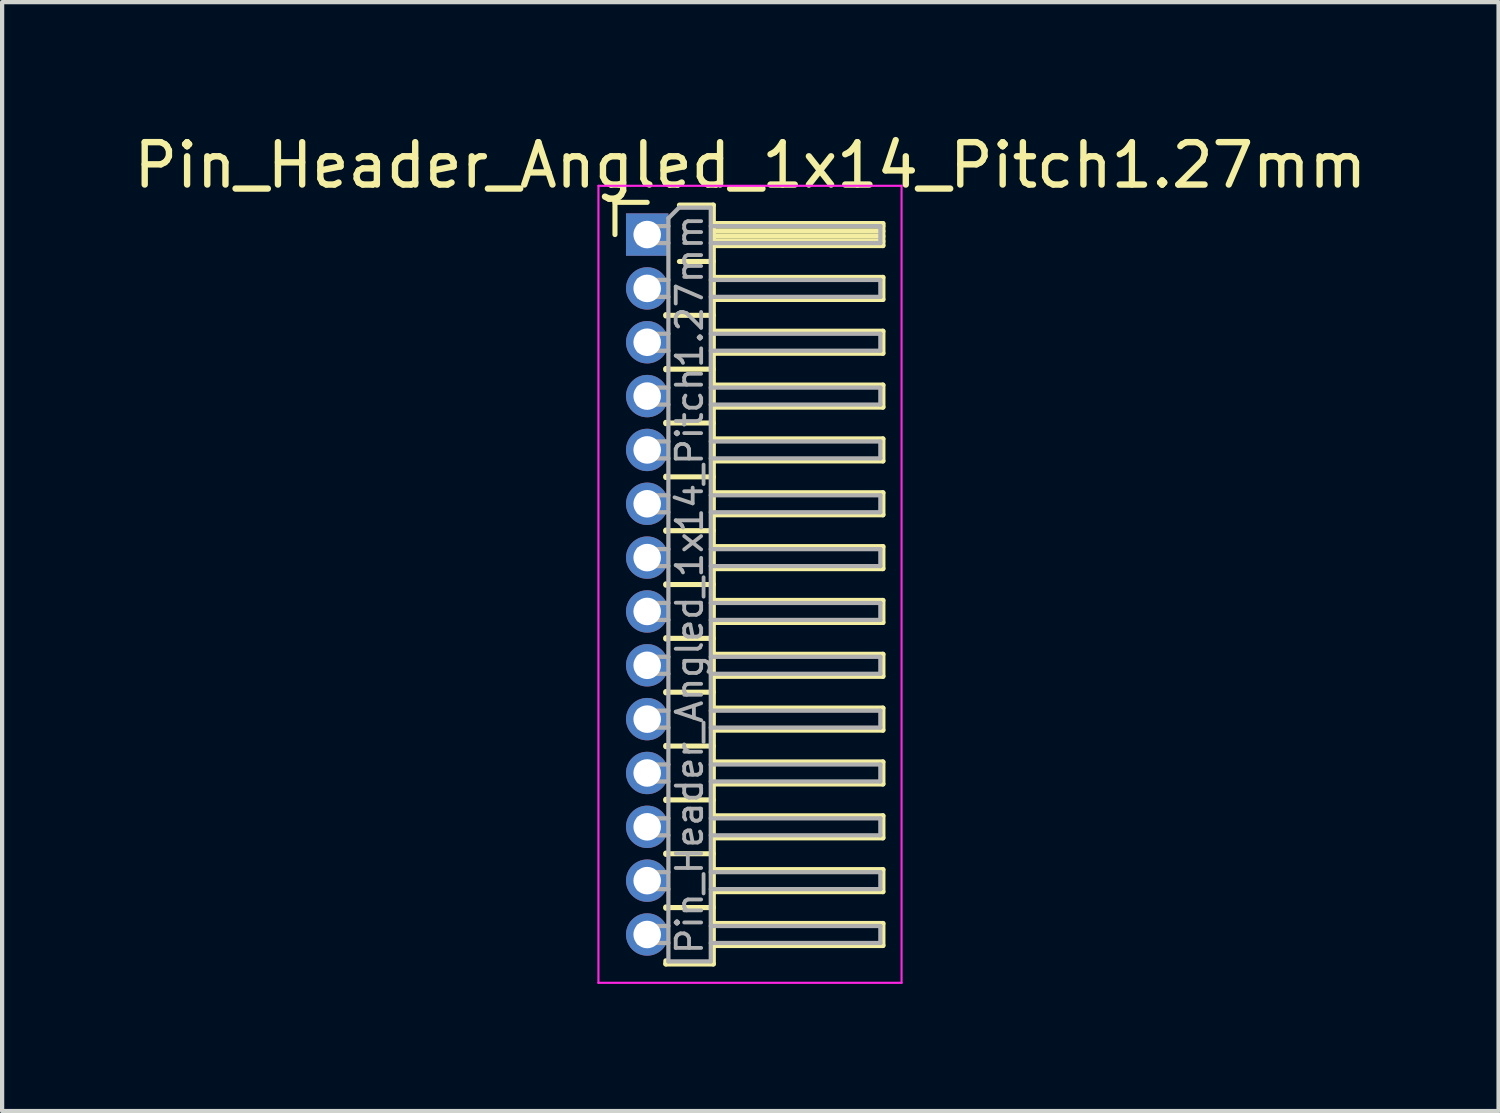
<source format=kicad_pcb>
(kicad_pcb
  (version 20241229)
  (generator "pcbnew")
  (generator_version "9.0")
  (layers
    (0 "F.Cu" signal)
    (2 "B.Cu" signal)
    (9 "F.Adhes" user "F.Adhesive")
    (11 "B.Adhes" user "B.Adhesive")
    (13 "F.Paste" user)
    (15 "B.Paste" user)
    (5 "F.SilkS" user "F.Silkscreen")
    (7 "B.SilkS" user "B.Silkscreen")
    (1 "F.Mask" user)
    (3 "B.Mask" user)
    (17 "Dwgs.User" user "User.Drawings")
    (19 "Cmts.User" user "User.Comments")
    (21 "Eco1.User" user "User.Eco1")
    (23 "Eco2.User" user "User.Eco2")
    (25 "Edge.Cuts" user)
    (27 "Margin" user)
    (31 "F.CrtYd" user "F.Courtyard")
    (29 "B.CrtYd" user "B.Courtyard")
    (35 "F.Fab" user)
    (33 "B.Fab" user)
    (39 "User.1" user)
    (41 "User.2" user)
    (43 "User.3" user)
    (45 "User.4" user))
  (footprint "Pin_Header_Angled_1x14_Pitch1.27mm"
    (layer "F.Cu")
    (at 12.216 2.483)
    (property "Reference" "Pin_Header_Angled_1x14_Pitch1.27mm" (at 2.433 -1.635 0) (layer "F.SilkS") (effects (font (size 1 1) (thickness 0.15))))
    (attr through_hole)
    (fp_line (start -0.76 -0.76) (end 0 -0.76) (stroke (width 0.12) (type solid)) (layer "F.SilkS"))
    (fp_line (start -0.76 0) (end -0.76 -0.76) (stroke (width 0.12) (type solid)) (layer "F.SilkS"))
    (fp_line (start 0.44 1.89) (end 0.44 1.92) (stroke (width 0.12) (type solid)) (layer "F.SilkS"))
    (fp_line (start 0.44 1.905) (end 1.56 1.905) (stroke (width 0.12) (type solid)) (layer "F.SilkS"))
    (fp_line (start 0.44 3.16) (end 0.44 3.19) (stroke (width 0.12) (type solid)) (layer "F.SilkS"))
    (fp_line (start 0.44 3.175) (end 1.56 3.175) (stroke (width 0.12) (type solid)) (layer "F.SilkS"))
    (fp_line (start 0.44 4.43) (end 0.44 4.46) (stroke (width 0.12) (type solid)) (layer "F.SilkS"))
    (fp_line (start 0.44 4.445) (end 1.56 4.445) (stroke (width 0.12) (type solid)) (layer "F.SilkS"))
    (fp_line (start 0.44 5.7) (end 0.44 5.73) (stroke (width 0.12) (type solid)) (layer "F.SilkS"))
    (fp_line (start 0.44 5.715) (end 1.56 5.715) (stroke (width 0.12) (type solid)) (layer "F.SilkS"))
    (fp_line (start 0.44 6.97) (end 0.44 7) (stroke (width 0.12) (type solid)) (layer "F.SilkS"))
    (fp_line (start 0.44 6.985) (end 1.56 6.985) (stroke (width 0.12) (type solid)) (layer "F.SilkS"))
    (fp_line (start 0.44 8.24) (end 0.44 8.27) (stroke (width 0.12) (type solid)) (layer "F.SilkS"))
    (fp_line (start 0.44 8.255) (end 1.56 8.255) (stroke (width 0.12) (type solid)) (layer "F.SilkS"))
    (fp_line (start 0.44 9.51) (end 0.44 9.54) (stroke (width 0.12) (type solid)) (layer "F.SilkS"))
    (fp_line (start 0.44 9.525) (end 1.56 9.525) (stroke (width 0.12) (type solid)) (layer "F.SilkS"))
    (fp_line (start 0.44 10.78) (end 0.44 10.81) (stroke (width 0.12) (type solid)) (layer "F.SilkS"))
    (fp_line (start 0.44 10.795) (end 1.56 10.795) (stroke (width 0.12) (type solid)) (layer "F.SilkS"))
    (fp_line (start 0.44 12.05) (end 0.44 12.08) (stroke (width 0.12) (type solid)) (layer "F.SilkS"))
    (fp_line (start 0.44 12.065) (end 1.56 12.065) (stroke (width 0.12) (type solid)) (layer "F.SilkS"))
    (fp_line (start 0.44 13.32) (end 0.44 13.35) (stroke (width 0.12) (type solid)) (layer "F.SilkS"))
    (fp_line (start 0.44 13.335) (end 1.56 13.335) (stroke (width 0.12) (type solid)) (layer "F.SilkS"))
    (fp_line (start 0.44 14.59) (end 0.44 14.62) (stroke (width 0.12) (type solid)) (layer "F.SilkS"))
    (fp_line (start 0.44 14.605) (end 1.56 14.605) (stroke (width 0.12) (type solid)) (layer "F.SilkS"))
    (fp_line (start 0.44 15.86) (end 0.44 15.89) (stroke (width 0.12) (type solid)) (layer "F.SilkS"))
    (fp_line (start 0.44 15.875) (end 1.56 15.875) (stroke (width 0.12) (type solid)) (layer "F.SilkS"))
    (fp_line (start 0.44 17.205) (end 0.44 17.13) (stroke (width 0.12) (type solid)) (layer "F.SilkS"))
    (fp_line (start 0.76 -0.695) (end 1.56 -0.695) (stroke (width 0.12) (type solid)) (layer "F.SilkS"))
    (fp_line (start 0.76 0.635) (end 1.56 0.635) (stroke (width 0.12) (type solid)) (layer "F.SilkS"))
    (fp_line (start 1.56 -0.695) (end 1.56 17.205) (stroke (width 0.12) (type solid)) (layer "F.SilkS"))
    (fp_line (start 1.56 -0.26) (end 5.56 -0.26) (stroke (width 0.12) (type solid)) (layer "F.SilkS"))
    (fp_line (start 1.56 -0.2) (end 5.56 -0.2) (stroke (width 0.12) (type solid)) (layer "F.SilkS"))
    (fp_line (start 1.56 -0.08) (end 5.56 -0.08) (stroke (width 0.12) (type solid)) (layer "F.SilkS"))
    (fp_line (start 1.56 0.04) (end 5.56 0.04) (stroke (width 0.12) (type solid)) (layer "F.SilkS"))
    (fp_line (start 1.56 0.16) (end 5.56 0.16) (stroke (width 0.12) (type solid)) (layer "F.SilkS"))
    (fp_line (start 1.56 1.01) (end 5.56 1.01) (stroke (width 0.12) (type solid)) (layer "F.SilkS"))
    (fp_line (start 1.56 2.28) (end 5.56 2.28) (stroke (width 0.12) (type solid)) (layer "F.SilkS"))
    (fp_line (start 1.56 3.55) (end 5.56 3.55) (stroke (width 0.12) (type solid)) (layer "F.SilkS"))
    (fp_line (start 1.56 4.82) (end 5.56 4.82) (stroke (width 0.12) (type solid)) (layer "F.SilkS"))
    (fp_line (start 1.56 6.09) (end 5.56 6.09) (stroke (width 0.12) (type solid)) (layer "F.SilkS"))
    (fp_line (start 1.56 7.36) (end 5.56 7.36) (stroke (width 0.12) (type solid)) (layer "F.SilkS"))
    (fp_line (start 1.56 8.63) (end 5.56 8.63) (stroke (width 0.12) (type solid)) (layer "F.SilkS"))
    (fp_line (start 1.56 9.9) (end 5.56 9.9) (stroke (width 0.12) (type solid)) (layer "F.SilkS"))
    (fp_line (start 1.56 11.17) (end 5.56 11.17) (stroke (width 0.12) (type solid)) (layer "F.SilkS"))
    (fp_line (start 1.56 12.44) (end 5.56 12.44) (stroke (width 0.12) (type solid)) (layer "F.SilkS"))
    (fp_line (start 1.56 13.71) (end 5.56 13.71) (stroke (width 0.12) (type solid)) (layer "F.SilkS"))
    (fp_line (start 1.56 14.98) (end 5.56 14.98) (stroke (width 0.12) (type solid)) (layer "F.SilkS"))
    (fp_line (start 1.56 16.25) (end 5.56 16.25) (stroke (width 0.12) (type solid)) (layer "F.SilkS"))
    (fp_line (start 1.56 17.205) (end 0.44 17.205) (stroke (width 0.12) (type solid)) (layer "F.SilkS"))
    (fp_line (start 5.56 -0.26) (end 5.56 0.26) (stroke (width 0.12) (type solid)) (layer "F.SilkS"))
    (fp_line (start 5.56 0.26) (end 1.56 0.26) (stroke (width 0.12) (type solid)) (layer "F.SilkS"))
    (fp_line (start 5.56 1.01) (end 5.56 1.53) (stroke (width 0.12) (type solid)) (layer "F.SilkS"))
    (fp_line (start 5.56 1.53) (end 1.56 1.53) (stroke (width 0.12) (type solid)) (layer "F.SilkS"))
    (fp_line (start 5.56 2.28) (end 5.56 2.8) (stroke (width 0.12) (type solid)) (layer "F.SilkS"))
    (fp_line (start 5.56 2.8) (end 1.56 2.8) (stroke (width 0.12) (type solid)) (layer "F.SilkS"))
    (fp_line (start 5.56 3.55) (end 5.56 4.07) (stroke (width 0.12) (type solid)) (layer "F.SilkS"))
    (fp_line (start 5.56 4.07) (end 1.56 4.07) (stroke (width 0.12) (type solid)) (layer "F.SilkS"))
    (fp_line (start 5.56 4.82) (end 5.56 5.34) (stroke (width 0.12) (type solid)) (layer "F.SilkS"))
    (fp_line (start 5.56 5.34) (end 1.56 5.34) (stroke (width 0.12) (type solid)) (layer "F.SilkS"))
    (fp_line (start 5.56 6.09) (end 5.56 6.61) (stroke (width 0.12) (type solid)) (layer "F.SilkS"))
    (fp_line (start 5.56 6.61) (end 1.56 6.61) (stroke (width 0.12) (type solid)) (layer "F.SilkS"))
    (fp_line (start 5.56 7.36) (end 5.56 7.88) (stroke (width 0.12) (type solid)) (layer "F.SilkS"))
    (fp_line (start 5.56 7.88) (end 1.56 7.88) (stroke (width 0.12) (type solid)) (layer "F.SilkS"))
    (fp_line (start 5.56 8.63) (end 5.56 9.15) (stroke (width 0.12) (type solid)) (layer "F.SilkS"))
    (fp_line (start 5.56 9.15) (end 1.56 9.15) (stroke (width 0.12) (type solid)) (layer "F.SilkS"))
    (fp_line (start 5.56 9.9) (end 5.56 10.42) (stroke (width 0.12) (type solid)) (layer "F.SilkS"))
    (fp_line (start 5.56 10.42) (end 1.56 10.42) (stroke (width 0.12) (type solid)) (layer "F.SilkS"))
    (fp_line (start 5.56 11.17) (end 5.56 11.69) (stroke (width 0.12) (type solid)) (layer "F.SilkS"))
    (fp_line (start 5.56 11.69) (end 1.56 11.69) (stroke (width 0.12) (type solid)) (layer "F.SilkS"))
    (fp_line (start 5.56 12.44) (end 5.56 12.96) (stroke (width 0.12) (type solid)) (layer "F.SilkS"))
    (fp_line (start 5.56 12.96) (end 1.56 12.96) (stroke (width 0.12) (type solid)) (layer "F.SilkS"))
    (fp_line (start 5.56 13.71) (end 5.56 14.23) (stroke (width 0.12) (type solid)) (layer "F.SilkS"))
    (fp_line (start 5.56 14.23) (end 1.56 14.23) (stroke (width 0.12) (type solid)) (layer "F.SilkS"))
    (fp_line (start 5.56 14.98) (end 5.56 15.5) (stroke (width 0.12) (type solid)) (layer "F.SilkS"))
    (fp_line (start 5.56 15.5) (end 1.56 15.5) (stroke (width 0.12) (type solid)) (layer "F.SilkS"))
    (fp_line (start 5.56 16.25) (end 5.56 16.77) (stroke (width 0.12) (type solid)) (layer "F.SilkS"))
    (fp_line (start 5.56 16.77) (end 1.56 16.77) (stroke (width 0.12) (type solid)) (layer "F.SilkS"))
    (fp_line (start -1.15 -1.15) (end -1.15 17.65) (stroke (width 0.05) (type solid)) (layer "F.CrtYd"))
    (fp_line (start -1.15 17.65) (end 6 17.65) (stroke (width 0.05) (type solid)) (layer "F.CrtYd"))
    (fp_line (start 6 -1.15) (end -1.15 -1.15) (stroke (width 0.05) (type solid)) (layer "F.CrtYd"))
    (fp_line (start 6 17.65) (end 6 -1.15) (stroke (width 0.05) (type solid)) (layer "F.CrtYd"))
    (fp_line (start -0.2 -0.2) (end -0.2 0.2) (stroke (width 0.1) (type solid)) (layer "F.Fab"))
    (fp_line (start -0.2 -0.2) (end 0.5 -0.2) (stroke (width 0.1) (type solid)) (layer "F.Fab"))
    (fp_line (start -0.2 0.2) (end 0.5 0.2) (stroke (width 0.1) (type solid)) (layer "F.Fab"))
    (fp_line (start -0.2 1.07) (end -0.2 1.47) (stroke (width 0.1) (type solid)) (layer "F.Fab"))
    (fp_line (start -0.2 1.07) (end 0.5 1.07) (stroke (width 0.1) (type solid)) (layer "F.Fab"))
    (fp_line (start -0.2 1.47) (end 0.5 1.47) (stroke (width 0.1) (type solid)) (layer "F.Fab"))
    (fp_line (start -0.2 2.34) (end -0.2 2.74) (stroke (width 0.1) (type solid)) (layer "F.Fab"))
    (fp_line (start -0.2 2.34) (end 0.5 2.34) (stroke (width 0.1) (type solid)) (layer "F.Fab"))
    (fp_line (start -0.2 2.74) (end 0.5 2.74) (stroke (width 0.1) (type solid)) (layer "F.Fab"))
    (fp_line (start -0.2 3.61) (end -0.2 4.01) (stroke (width 0.1) (type solid)) (layer "F.Fab"))
    (fp_line (start -0.2 3.61) (end 0.5 3.61) (stroke (width 0.1) (type solid)) (layer "F.Fab"))
    (fp_line (start -0.2 4.01) (end 0.5 4.01) (stroke (width 0.1) (type solid)) (layer "F.Fab"))
    (fp_line (start -0.2 4.88) (end -0.2 5.28) (stroke (width 0.1) (type solid)) (layer "F.Fab"))
    (fp_line (start -0.2 4.88) (end 0.5 4.88) (stroke (width 0.1) (type solid)) (layer "F.Fab"))
    (fp_line (start -0.2 5.28) (end 0.5 5.28) (stroke (width 0.1) (type solid)) (layer "F.Fab"))
    (fp_line (start -0.2 6.15) (end -0.2 6.55) (stroke (width 0.1) (type solid)) (layer "F.Fab"))
    (fp_line (start -0.2 6.15) (end 0.5 6.15) (stroke (width 0.1) (type solid)) (layer "F.Fab"))
    (fp_line (start -0.2 6.55) (end 0.5 6.55) (stroke (width 0.1) (type solid)) (layer "F.Fab"))
    (fp_line (start -0.2 7.42) (end -0.2 7.82) (stroke (width 0.1) (type solid)) (layer "F.Fab"))
    (fp_line (start -0.2 7.42) (end 0.5 7.42) (stroke (width 0.1) (type solid)) (layer "F.Fab"))
    (fp_line (start -0.2 7.82) (end 0.5 7.82) (stroke (width 0.1) (type solid)) (layer "F.Fab"))
    (fp_line (start -0.2 8.69) (end -0.2 9.09) (stroke (width 0.1) (type solid)) (layer "F.Fab"))
    (fp_line (start -0.2 8.69) (end 0.5 8.69) (stroke (width 0.1) (type solid)) (layer "F.Fab"))
    (fp_line (start -0.2 9.09) (end 0.5 9.09) (stroke (width 0.1) (type solid)) (layer "F.Fab"))
    (fp_line (start -0.2 9.96) (end -0.2 10.36) (stroke (width 0.1) (type solid)) (layer "F.Fab"))
    (fp_line (start -0.2 9.96) (end 0.5 9.96) (stroke (width 0.1) (type solid)) (layer "F.Fab"))
    (fp_line (start -0.2 10.36) (end 0.5 10.36) (stroke (width 0.1) (type solid)) (layer "F.Fab"))
    (fp_line (start -0.2 11.23) (end -0.2 11.63) (stroke (width 0.1) (type solid)) (layer "F.Fab"))
    (fp_line (start -0.2 11.23) (end 0.5 11.23) (stroke (width 0.1) (type solid)) (layer "F.Fab"))
    (fp_line (start -0.2 11.63) (end 0.5 11.63) (stroke (width 0.1) (type solid)) (layer "F.Fab"))
    (fp_line (start -0.2 12.5) (end -0.2 12.9) (stroke (width 0.1) (type solid)) (layer "F.Fab"))
    (fp_line (start -0.2 12.5) (end 0.5 12.5) (stroke (width 0.1) (type solid)) (layer "F.Fab"))
    (fp_line (start -0.2 12.9) (end 0.5 12.9) (stroke (width 0.1) (type solid)) (layer "F.Fab"))
    (fp_line (start -0.2 13.77) (end -0.2 14.17) (stroke (width 0.1) (type solid)) (layer "F.Fab"))
    (fp_line (start -0.2 13.77) (end 0.5 13.77) (stroke (width 0.1) (type solid)) (layer "F.Fab"))
    (fp_line (start -0.2 14.17) (end 0.5 14.17) (stroke (width 0.1) (type solid)) (layer "F.Fab"))
    (fp_line (start -0.2 15.04) (end -0.2 15.44) (stroke (width 0.1) (type solid)) (layer "F.Fab"))
    (fp_line (start -0.2 15.04) (end 0.5 15.04) (stroke (width 0.1) (type solid)) (layer "F.Fab"))
    (fp_line (start -0.2 15.44) (end 0.5 15.44) (stroke (width 0.1) (type solid)) (layer "F.Fab"))
    (fp_line (start -0.2 16.31) (end -0.2 16.71) (stroke (width 0.1) (type solid)) (layer "F.Fab"))
    (fp_line (start -0.2 16.31) (end 0.5 16.31) (stroke (width 0.1) (type solid)) (layer "F.Fab"))
    (fp_line (start -0.2 16.71) (end 0.5 16.71) (stroke (width 0.1) (type solid)) (layer "F.Fab"))
    (fp_line (start 0.5 -0.385) (end 0.75 -0.635) (stroke (width 0.1) (type solid)) (layer "F.Fab"))
    (fp_line (start 0.5 17.145) (end 0.5 -0.385) (stroke (width 0.1) (type solid)) (layer "F.Fab"))
    (fp_line (start 0.75 -0.635) (end 1.5 -0.635) (stroke (width 0.1) (type solid)) (layer "F.Fab"))
    (fp_line (start 1.5 -0.635) (end 1.5 17.145) (stroke (width 0.1) (type solid)) (layer "F.Fab"))
    (fp_line (start 1.5 -0.2) (end 5.5 -0.2) (stroke (width 0.1) (type solid)) (layer "F.Fab"))
    (fp_line (start 1.5 0.2) (end 5.5 0.2) (stroke (width 0.1) (type solid)) (layer "F.Fab"))
    (fp_line (start 1.5 1.07) (end 5.5 1.07) (stroke (width 0.1) (type solid)) (layer "F.Fab"))
    (fp_line (start 1.5 1.47) (end 5.5 1.47) (stroke (width 0.1) (type solid)) (layer "F.Fab"))
    (fp_line (start 1.5 2.34) (end 5.5 2.34) (stroke (width 0.1) (type solid)) (layer "F.Fab"))
    (fp_line (start 1.5 2.74) (end 5.5 2.74) (stroke (width 0.1) (type solid)) (layer "F.Fab"))
    (fp_line (start 1.5 3.61) (end 5.5 3.61) (stroke (width 0.1) (type solid)) (layer "F.Fab"))
    (fp_line (start 1.5 4.01) (end 5.5 4.01) (stroke (width 0.1) (type solid)) (layer "F.Fab"))
    (fp_line (start 1.5 4.88) (end 5.5 4.88) (stroke (width 0.1) (type solid)) (layer "F.Fab"))
    (fp_line (start 1.5 5.28) (end 5.5 5.28) (stroke (width 0.1) (type solid)) (layer "F.Fab"))
    (fp_line (start 1.5 6.15) (end 5.5 6.15) (stroke (width 0.1) (type solid)) (layer "F.Fab"))
    (fp_line (start 1.5 6.55) (end 5.5 6.55) (stroke (width 0.1) (type solid)) (layer "F.Fab"))
    (fp_line (start 1.5 7.42) (end 5.5 7.42) (stroke (width 0.1) (type solid)) (layer "F.Fab"))
    (fp_line (start 1.5 7.82) (end 5.5 7.82) (stroke (width 0.1) (type solid)) (layer "F.Fab"))
    (fp_line (start 1.5 8.69) (end 5.5 8.69) (stroke (width 0.1) (type solid)) (layer "F.Fab"))
    (fp_line (start 1.5 9.09) (end 5.5 9.09) (stroke (width 0.1) (type solid)) (layer "F.Fab"))
    (fp_line (start 1.5 9.96) (end 5.5 9.96) (stroke (width 0.1) (type solid)) (layer "F.Fab"))
    (fp_line (start 1.5 10.36) (end 5.5 10.36) (stroke (width 0.1) (type solid)) (layer "F.Fab"))
    (fp_line (start 1.5 11.23) (end 5.5 11.23) (stroke (width 0.1) (type solid)) (layer "F.Fab"))
    (fp_line (start 1.5 11.63) (end 5.5 11.63) (stroke (width 0.1) (type solid)) (layer "F.Fab"))
    (fp_line (start 1.5 12.5) (end 5.5 12.5) (stroke (width 0.1) (type solid)) (layer "F.Fab"))
    (fp_line (start 1.5 12.9) (end 5.5 12.9) (stroke (width 0.1) (type solid)) (layer "F.Fab"))
    (fp_line (start 1.5 13.77) (end 5.5 13.77) (stroke (width 0.1) (type solid)) (layer "F.Fab"))
    (fp_line (start 1.5 14.17) (end 5.5 14.17) (stroke (width 0.1) (type solid)) (layer "F.Fab"))
    (fp_line (start 1.5 15.04) (end 5.5 15.04) (stroke (width 0.1) (type solid)) (layer "F.Fab"))
    (fp_line (start 1.5 15.44) (end 5.5 15.44) (stroke (width 0.1) (type solid)) (layer "F.Fab"))
    (fp_line (start 1.5 16.31) (end 5.5 16.31) (stroke (width 0.1) (type solid)) (layer "F.Fab"))
    (fp_line (start 1.5 16.71) (end 5.5 16.71) (stroke (width 0.1) (type solid)) (layer "F.Fab"))
    (fp_line (start 1.5 17.145) (end 0.5 17.145) (stroke (width 0.1) (type solid)) (layer "F.Fab"))
    (fp_line (start 5.5 -0.2) (end 5.5 0.2) (stroke (width 0.1) (type solid)) (layer "F.Fab"))
    (fp_line (start 5.5 1.07) (end 5.5 1.47) (stroke (width 0.1) (type solid)) (layer "F.Fab"))
    (fp_line (start 5.5 2.34) (end 5.5 2.74) (stroke (width 0.1) (type solid)) (layer "F.Fab"))
    (fp_line (start 5.5 3.61) (end 5.5 4.01) (stroke (width 0.1) (type solid)) (layer "F.Fab"))
    (fp_line (start 5.5 4.88) (end 5.5 5.28) (stroke (width 0.1) (type solid)) (layer "F.Fab"))
    (fp_line (start 5.5 6.15) (end 5.5 6.55) (stroke (width 0.1) (type solid)) (layer "F.Fab"))
    (fp_line (start 5.5 7.42) (end 5.5 7.82) (stroke (width 0.1) (type solid)) (layer "F.Fab"))
    (fp_line (start 5.5 8.69) (end 5.5 9.09) (stroke (width 0.1) (type solid)) (layer "F.Fab"))
    (fp_line (start 5.5 9.96) (end 5.5 10.36) (stroke (width 0.1) (type solid)) (layer "F.Fab"))
    (fp_line (start 5.5 11.23) (end 5.5 11.63) (stroke (width 0.1) (type solid)) (layer "F.Fab"))
    (fp_line (start 5.5 12.5) (end 5.5 12.9) (stroke (width 0.1) (type solid)) (layer "F.Fab"))
    (fp_line (start 5.5 13.77) (end 5.5 14.17) (stroke (width 0.1) (type solid)) (layer "F.Fab"))
    (fp_line (start 5.5 15.04) (end 5.5 15.44) (stroke (width 0.1) (type solid)) (layer "F.Fab"))
    (fp_line (start 5.5 16.31) (end 5.5 16.71) (stroke (width 0.1) (type solid)) (layer "F.Fab"))
    (fp_text user "${REFERENCE}" (at 1 8.255 90) (layer "F.Fab") (effects (font (size 0.6 0.6) (thickness 0.09))))
    (pad "1" thru_hole rect (at 0 0) (size 1 1) (drill 0.65) (layers "*.Cu" "*.Mask"))
    (pad "2" thru_hole oval (at 0 1.27) (size 1 1) (drill 0.65) (layers "*.Cu" "*.Mask"))
    (pad "3" thru_hole oval (at 0 2.54) (size 1 1) (drill 0.65) (layers "*.Cu" "*.Mask"))
    (pad "4" thru_hole oval (at 0 3.81) (size 1 1) (drill 0.65) (layers "*.Cu" "*.Mask"))
    (pad "5" thru_hole oval (at 0 5.08) (size 1 1) (drill 0.65) (layers "*.Cu" "*.Mask"))
    (pad "6" thru_hole oval (at 0 6.35) (size 1 1) (drill 0.65) (layers "*.Cu" "*.Mask"))
    (pad "7" thru_hole oval (at 0 7.62) (size 1 1) (drill 0.65) (layers "*.Cu" "*.Mask"))
    (pad "8" thru_hole oval (at 0 8.89) (size 1 1) (drill 0.65) (layers "*.Cu" "*.Mask"))
    (pad "9" thru_hole oval (at 0 10.16) (size 1 1) (drill 0.65) (layers "*.Cu" "*.Mask"))
    (pad "10" thru_hole oval (at 0 11.43) (size 1 1) (drill 0.65) (layers "*.Cu" "*.Mask"))
    (pad "11" thru_hole oval (at 0 12.7) (size 1 1) (drill 0.65) (layers "*.Cu" "*.Mask"))
    (pad "12" thru_hole oval (at 0 13.97) (size 1 1) (drill 0.65) (layers "*.Cu" "*.Mask"))
    (pad "13" thru_hole oval (at 0 15.24) (size 1 1) (drill 0.65) (layers "*.Cu" "*.Mask"))
    (pad "14" thru_hole oval (at 0 16.51) (size 1 1) (drill 0.65) (layers "*.Cu" "*.Mask")))
  (gr_rect
    (start -3 -3)
    (end 32.298 23.158)
    (stroke (width 0.1) (type default))
    (fill no)
    (layer "Edge.Cuts")))
</source>
